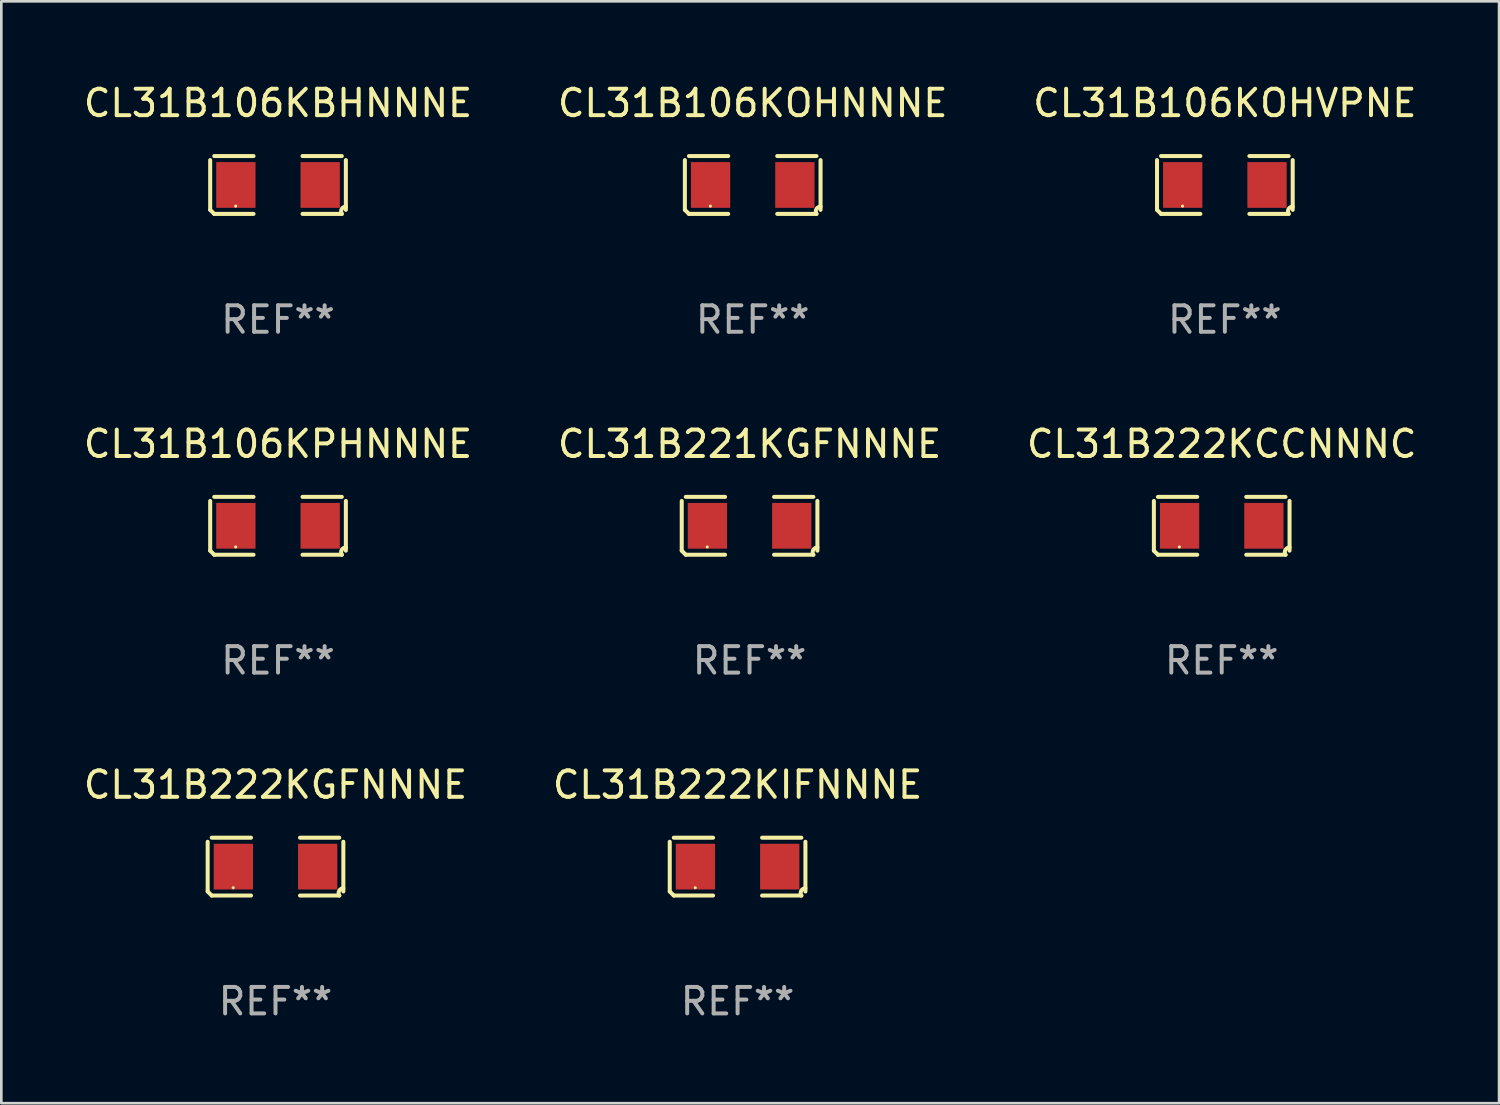
<source format=kicad_pcb>
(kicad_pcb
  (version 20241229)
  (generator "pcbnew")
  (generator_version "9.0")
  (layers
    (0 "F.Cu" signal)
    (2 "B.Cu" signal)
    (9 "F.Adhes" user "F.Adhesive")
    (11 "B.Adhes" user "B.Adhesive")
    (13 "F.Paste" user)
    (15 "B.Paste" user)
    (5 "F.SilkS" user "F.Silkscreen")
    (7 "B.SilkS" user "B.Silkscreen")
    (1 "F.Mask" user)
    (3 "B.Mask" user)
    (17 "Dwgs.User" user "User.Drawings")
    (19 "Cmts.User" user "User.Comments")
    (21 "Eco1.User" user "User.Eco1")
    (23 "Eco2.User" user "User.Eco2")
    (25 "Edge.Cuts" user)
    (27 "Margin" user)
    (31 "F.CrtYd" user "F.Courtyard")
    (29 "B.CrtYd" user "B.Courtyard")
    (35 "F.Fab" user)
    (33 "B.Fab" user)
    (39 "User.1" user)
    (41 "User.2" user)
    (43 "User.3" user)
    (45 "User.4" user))
  (footprint "CL31B106KPHNNNE"
    (layer "F.Cu")
    (at 7.458 16.823)
    (property "Reference" "CL31B106KPHNNNE" (at 0 -3.093 0) (layer "F.SilkS") (effects (font (size 1 1) (thickness 0.15))))
    (attr through_hole)
    (fp_line (start -2.564 0.94) (end -2.564 -0.94) (stroke (width 0.152) (type solid)) (layer "F.SilkS"))
    (fp_line (start -2.411 -1.093) (end -0.926 -1.093) (stroke (width 0.152) (type solid)) (layer "F.SilkS"))
    (fp_line (start -0.926 1.093) (end -2.411 1.093) (stroke (width 0.152) (type solid)) (layer "F.SilkS"))
    (fp_line (start 0.926 1.093) (end 2.411 1.093) (stroke (width 0.152) (type solid)) (layer "F.SilkS"))
    (fp_line (start 2.411 -1.093) (end 0.926 -1.093) (stroke (width 0.152) (type solid)) (layer "F.SilkS"))
    (fp_line (start 2.564 0.94) (end 2.564 -0.94) (stroke (width 0.152) (type solid)) (layer "F.SilkS"))
    (fp_arc (start -2.411201 1.092609) (mid -2.487413 1.01642) (end -2.563602 0.940208) (stroke (width 0.1524) (type solid)) (layer "F.SilkS"))
    (fp_arc (start 2.411201 1.092609) (mid 2.407159 0.911226) (end 2.563602 0.819347) (stroke (width 0.1524) (type solid)) (layer "F.SilkS"))
    (fp_circle (center -1.6 0.8) (end -1.57 0.8) (stroke (width 0.06) (type solid)) (fill no) (layer "F.SilkS"))
    (fp_text user "REF**" (at 0 5.093 0) (layer "F.Fab") (effects (font (size 1 1) (thickness 0.15))))
    (pad "1" smd rect (at -1.593 0) (size 1.485 1.728) (layers "F.Cu" "F.Mask" "F.Paste"))
    (pad "2" smd rect (at 1.593 0) (size 1.485 1.728) (layers "F.Cu" "F.Mask" "F.Paste")))
  (footprint "CL31B222KGFNNNE"
    (layer "F.Cu")
    (at 7.363 29.704)
    (property "Reference" "CL31B222KGFNNNE" (at 0 -3.093 0) (layer "F.SilkS") (effects (font (size 1 1) (thickness 0.15))))
    (attr through_hole)
    (fp_line (start -2.564 0.94) (end -2.564 -0.94) (stroke (width 0.152) (type solid)) (layer "F.SilkS"))
    (fp_line (start -2.411 -1.093) (end -0.926 -1.093) (stroke (width 0.152) (type solid)) (layer "F.SilkS"))
    (fp_line (start -0.926 1.093) (end -2.411 1.093) (stroke (width 0.152) (type solid)) (layer "F.SilkS"))
    (fp_line (start 0.926 1.093) (end 2.411 1.093) (stroke (width 0.152) (type solid)) (layer "F.SilkS"))
    (fp_line (start 2.411 -1.093) (end 0.926 -1.093) (stroke (width 0.152) (type solid)) (layer "F.SilkS"))
    (fp_line (start 2.564 0.94) (end 2.564 -0.94) (stroke (width 0.152) (type solid)) (layer "F.SilkS"))
    (fp_arc (start -2.411201 1.092609) (mid -2.487413 1.01642) (end -2.563602 0.940208) (stroke (width 0.1524) (type solid)) (layer "F.SilkS"))
    (fp_arc (start 2.411201 1.092609) (mid 2.407159 0.911226) (end 2.563602 0.819347) (stroke (width 0.1524) (type solid)) (layer "F.SilkS"))
    (fp_circle (center -1.6 0.8) (end -1.57 0.8) (stroke (width 0.06) (type solid)) (fill no) (layer "F.SilkS"))
    (fp_text user "REF**" (at 0 5.093 0) (layer "F.Fab") (effects (font (size 1 1) (thickness 0.15))))
    (pad "1" smd rect (at -1.593 0) (size 1.485 1.728) (layers "F.Cu" "F.Mask" "F.Paste"))
    (pad "2" smd rect (at 1.593 0) (size 1.485 1.728) (layers "F.Cu" "F.Mask" "F.Paste")))
  (footprint "CL31B222KIFNNNE"
    (layer "F.Cu")
    (at 24.827 29.704)
    (property "Reference" "CL31B222KIFNNNE" (at 0 -3.093 0) (layer "F.SilkS") (effects (font (size 1 1) (thickness 0.15))))
    (attr through_hole)
    (fp_line (start -2.564 0.94) (end -2.564 -0.94) (stroke (width 0.152) (type solid)) (layer "F.SilkS"))
    (fp_line (start -2.411 -1.093) (end -0.926 -1.093) (stroke (width 0.152) (type solid)) (layer "F.SilkS"))
    (fp_line (start -0.926 1.093) (end -2.411 1.093) (stroke (width 0.152) (type solid)) (layer "F.SilkS"))
    (fp_line (start 0.926 1.093) (end 2.411 1.093) (stroke (width 0.152) (type solid)) (layer "F.SilkS"))
    (fp_line (start 2.411 -1.093) (end 0.926 -1.093) (stroke (width 0.152) (type solid)) (layer "F.SilkS"))
    (fp_line (start 2.564 0.94) (end 2.564 -0.94) (stroke (width 0.152) (type solid)) (layer "F.SilkS"))
    (fp_arc (start -2.411201 1.092609) (mid -2.487413 1.01642) (end -2.563602 0.940208) (stroke (width 0.1524) (type solid)) (layer "F.SilkS"))
    (fp_arc (start 2.411201 1.092609) (mid 2.407159 0.911226) (end 2.563602 0.819347) (stroke (width 0.1524) (type solid)) (layer "F.SilkS"))
    (fp_circle (center -1.6 0.8) (end -1.57 0.8) (stroke (width 0.06) (type solid)) (fill no) (layer "F.SilkS"))
    (fp_text user "REF**" (at 0 5.093 0) (layer "F.Fab") (effects (font (size 1 1) (thickness 0.15))))
    (pad "1" smd rect (at -1.593 0) (size 1.485 1.728) (layers "F.Cu" "F.Mask" "F.Paste"))
    (pad "2" smd rect (at 1.593 0) (size 1.485 1.728) (layers "F.Cu" "F.Mask" "F.Paste")))
  (footprint "CL31B222KCCNNNC"
    (layer "F.Cu")
    (at 43.125 16.823)
    (property "Reference" "CL31B222KCCNNNC" (at 0 -3.093 0) (layer "F.SilkS") (effects (font (size 1 1) (thickness 0.15))))
    (attr through_hole)
    (fp_line (start -2.564 0.94) (end -2.564 -0.94) (stroke (width 0.152) (type solid)) (layer "F.SilkS"))
    (fp_line (start -2.411 -1.093) (end -0.926 -1.093) (stroke (width 0.152) (type solid)) (layer "F.SilkS"))
    (fp_line (start -0.926 1.093) (end -2.411 1.093) (stroke (width 0.152) (type solid)) (layer "F.SilkS"))
    (fp_line (start 0.926 1.093) (end 2.411 1.093) (stroke (width 0.152) (type solid)) (layer "F.SilkS"))
    (fp_line (start 2.411 -1.093) (end 0.926 -1.093) (stroke (width 0.152) (type solid)) (layer "F.SilkS"))
    (fp_line (start 2.564 0.94) (end 2.564 -0.94) (stroke (width 0.152) (type solid)) (layer "F.SilkS"))
    (fp_arc (start -2.411201 1.092609) (mid -2.487413 1.01642) (end -2.563602 0.940208) (stroke (width 0.1524) (type solid)) (layer "F.SilkS"))
    (fp_arc (start 2.411201 1.092609) (mid 2.407159 0.911226) (end 2.563602 0.819347) (stroke (width 0.1524) (type solid)) (layer "F.SilkS"))
    (fp_circle (center -1.6 0.8) (end -1.57 0.8) (stroke (width 0.06) (type solid)) (fill no) (layer "F.SilkS"))
    (fp_text user "REF**" (at 0 5.093 0) (layer "F.Fab") (effects (font (size 1 1) (thickness 0.15))))
    (pad "1" smd rect (at -1.593 0) (size 1.485 1.728) (layers "F.Cu" "F.Mask" "F.Paste"))
    (pad "2" smd rect (at 1.593 0) (size 1.485 1.728) (layers "F.Cu" "F.Mask" "F.Paste")))
  (footprint "CL31B106KOHVPNE"
    (layer "F.Cu")
    (at 43.244 3.941)
    (property "Reference" "CL31B106KOHVPNE" (at 0 -3.093 0) (layer "F.SilkS") (effects (font (size 1 1) (thickness 0.15))))
    (attr through_hole)
    (fp_line (start -2.564 0.94) (end -2.564 -0.94) (stroke (width 0.152) (type solid)) (layer "F.SilkS"))
    (fp_line (start -2.411 -1.093) (end -0.926 -1.093) (stroke (width 0.152) (type solid)) (layer "F.SilkS"))
    (fp_line (start -0.926 1.093) (end -2.411 1.093) (stroke (width 0.152) (type solid)) (layer "F.SilkS"))
    (fp_line (start 0.926 1.093) (end 2.411 1.093) (stroke (width 0.152) (type solid)) (layer "F.SilkS"))
    (fp_line (start 2.411 -1.093) (end 0.926 -1.093) (stroke (width 0.152) (type solid)) (layer "F.SilkS"))
    (fp_line (start 2.564 0.94) (end 2.564 -0.94) (stroke (width 0.152) (type solid)) (layer "F.SilkS"))
    (fp_arc (start -2.411201 1.092609) (mid -2.487413 1.01642) (end -2.563602 0.940208) (stroke (width 0.1524) (type solid)) (layer "F.SilkS"))
    (fp_arc (start 2.411201 1.092609) (mid 2.407159 0.911226) (end 2.563602 0.819347) (stroke (width 0.1524) (type solid)) (layer "F.SilkS"))
    (fp_circle (center -1.6 0.8) (end -1.57 0.8) (stroke (width 0.06) (type solid)) (fill no) (layer "F.SilkS"))
    (fp_text user "REF**" (at 0 5.093 0) (layer "F.Fab") (effects (font (size 1 1) (thickness 0.15))))
    (pad "1" smd rect (at -1.593 0) (size 1.485 1.728) (layers "F.Cu" "F.Mask" "F.Paste"))
    (pad "2" smd rect (at 1.593 0) (size 1.485 1.728) (layers "F.Cu" "F.Mask" "F.Paste")))
  (footprint "CL31B106KOHNNNE"
    (layer "F.Cu")
    (at 25.399 3.941)
    (property "Reference" "CL31B106KOHNNNE" (at 0 -3.093 0) (layer "F.SilkS") (effects (font (size 1 1) (thickness 0.15))))
    (attr through_hole)
    (fp_line (start -2.564 0.94) (end -2.564 -0.94) (stroke (width 0.152) (type solid)) (layer "F.SilkS"))
    (fp_line (start -2.411 -1.093) (end -0.926 -1.093) (stroke (width 0.152) (type solid)) (layer "F.SilkS"))
    (fp_line (start -0.926 1.093) (end -2.411 1.093) (stroke (width 0.152) (type solid)) (layer "F.SilkS"))
    (fp_line (start 0.926 1.093) (end 2.411 1.093) (stroke (width 0.152) (type solid)) (layer "F.SilkS"))
    (fp_line (start 2.411 -1.093) (end 0.926 -1.093) (stroke (width 0.152) (type solid)) (layer "F.SilkS"))
    (fp_line (start 2.564 0.94) (end 2.564 -0.94) (stroke (width 0.152) (type solid)) (layer "F.SilkS"))
    (fp_arc (start -2.411201 1.092609) (mid -2.487413 1.01642) (end -2.563602 0.940208) (stroke (width 0.1524) (type solid)) (layer "F.SilkS"))
    (fp_arc (start 2.411201 1.092609) (mid 2.407159 0.911226) (end 2.563602 0.819347) (stroke (width 0.1524) (type solid)) (layer "F.SilkS"))
    (fp_circle (center -1.6 0.8) (end -1.57 0.8) (stroke (width 0.06) (type solid)) (fill no) (layer "F.SilkS"))
    (fp_text user "REF**" (at 0 5.093 0) (layer "F.Fab") (effects (font (size 1 1) (thickness 0.15))))
    (pad "1" smd rect (at -1.593 0) (size 1.485 1.728) (layers "F.Cu" "F.Mask" "F.Paste"))
    (pad "2" smd rect (at 1.593 0) (size 1.485 1.728) (layers "F.Cu" "F.Mask" "F.Paste")))
  (footprint "CL31B106KBHNNNE"
    (layer "F.Cu")
    (at 7.458 3.941)
    (property "Reference" "CL31B106KBHNNNE" (at 0 -3.093 0) (layer "F.SilkS") (effects (font (size 1 1) (thickness 0.15))))
    (attr through_hole)
    (fp_line (start -2.564 0.94) (end -2.564 -0.94) (stroke (width 0.152) (type solid)) (layer "F.SilkS"))
    (fp_line (start -2.411 -1.093) (end -0.926 -1.093) (stroke (width 0.152) (type solid)) (layer "F.SilkS"))
    (fp_line (start -0.926 1.093) (end -2.411 1.093) (stroke (width 0.152) (type solid)) (layer "F.SilkS"))
    (fp_line (start 0.926 1.093) (end 2.411 1.093) (stroke (width 0.152) (type solid)) (layer "F.SilkS"))
    (fp_line (start 2.411 -1.093) (end 0.926 -1.093) (stroke (width 0.152) (type solid)) (layer "F.SilkS"))
    (fp_line (start 2.564 0.94) (end 2.564 -0.94) (stroke (width 0.152) (type solid)) (layer "F.SilkS"))
    (fp_arc (start -2.411201 1.092609) (mid -2.487413 1.01642) (end -2.563602 0.940208) (stroke (width 0.1524) (type solid)) (layer "F.SilkS"))
    (fp_arc (start 2.411201 1.092609) (mid 2.407159 0.911226) (end 2.563602 0.819347) (stroke (width 0.1524) (type solid)) (layer "F.SilkS"))
    (fp_circle (center -1.6 0.8) (end -1.57 0.8) (stroke (width 0.06) (type solid)) (fill no) (layer "F.SilkS"))
    (fp_text user "REF**" (at 0 5.093 0) (layer "F.Fab") (effects (font (size 1 1) (thickness 0.15))))
    (pad "1" smd rect (at -1.593 0) (size 1.485 1.728) (layers "F.Cu" "F.Mask" "F.Paste"))
    (pad "2" smd rect (at 1.593 0) (size 1.485 1.728) (layers "F.Cu" "F.Mask" "F.Paste")))
  (footprint "CL31B221KGFNNNE"
    (layer "F.Cu")
    (at 25.28 16.823)
    (property "Reference" "CL31B221KGFNNNE" (at 0 -3.093 0) (layer "F.SilkS") (effects (font (size 1 1) (thickness 0.15))))
    (attr through_hole)
    (fp_line (start -2.564 0.94) (end -2.564 -0.94) (stroke (width 0.152) (type solid)) (layer "F.SilkS"))
    (fp_line (start -2.411 -1.093) (end -0.926 -1.093) (stroke (width 0.152) (type solid)) (layer "F.SilkS"))
    (fp_line (start -0.926 1.093) (end -2.411 1.093) (stroke (width 0.152) (type solid)) (layer "F.SilkS"))
    (fp_line (start 0.926 1.093) (end 2.411 1.093) (stroke (width 0.152) (type solid)) (layer "F.SilkS"))
    (fp_line (start 2.411 -1.093) (end 0.926 -1.093) (stroke (width 0.152) (type solid)) (layer "F.SilkS"))
    (fp_line (start 2.564 0.94) (end 2.564 -0.94) (stroke (width 0.152) (type solid)) (layer "F.SilkS"))
    (fp_arc (start -2.411201 1.092609) (mid -2.487413 1.01642) (end -2.563602 0.940208) (stroke (width 0.1524) (type solid)) (layer "F.SilkS"))
    (fp_arc (start 2.411201 1.092609) (mid 2.407159 0.911226) (end 2.563602 0.819347) (stroke (width 0.1524) (type solid)) (layer "F.SilkS"))
    (fp_circle (center -1.6 0.8) (end -1.57 0.8) (stroke (width 0.06) (type solid)) (fill no) (layer "F.SilkS"))
    (fp_text user "REF**" (at 0 5.093 0) (layer "F.Fab") (effects (font (size 1 1) (thickness 0.15))))
    (pad "1" smd rect (at -1.593 0) (size 1.485 1.728) (layers "F.Cu" "F.Mask" "F.Paste"))
    (pad "2" smd rect (at 1.593 0) (size 1.485 1.728) (layers "F.Cu" "F.Mask" "F.Paste")))
  (gr_rect
    (start -3 -3)
    (end 53.607 38.645)
    (stroke (width 0.1) (type default))
    (fill no)
    (layer "Edge.Cuts")))
</source>
